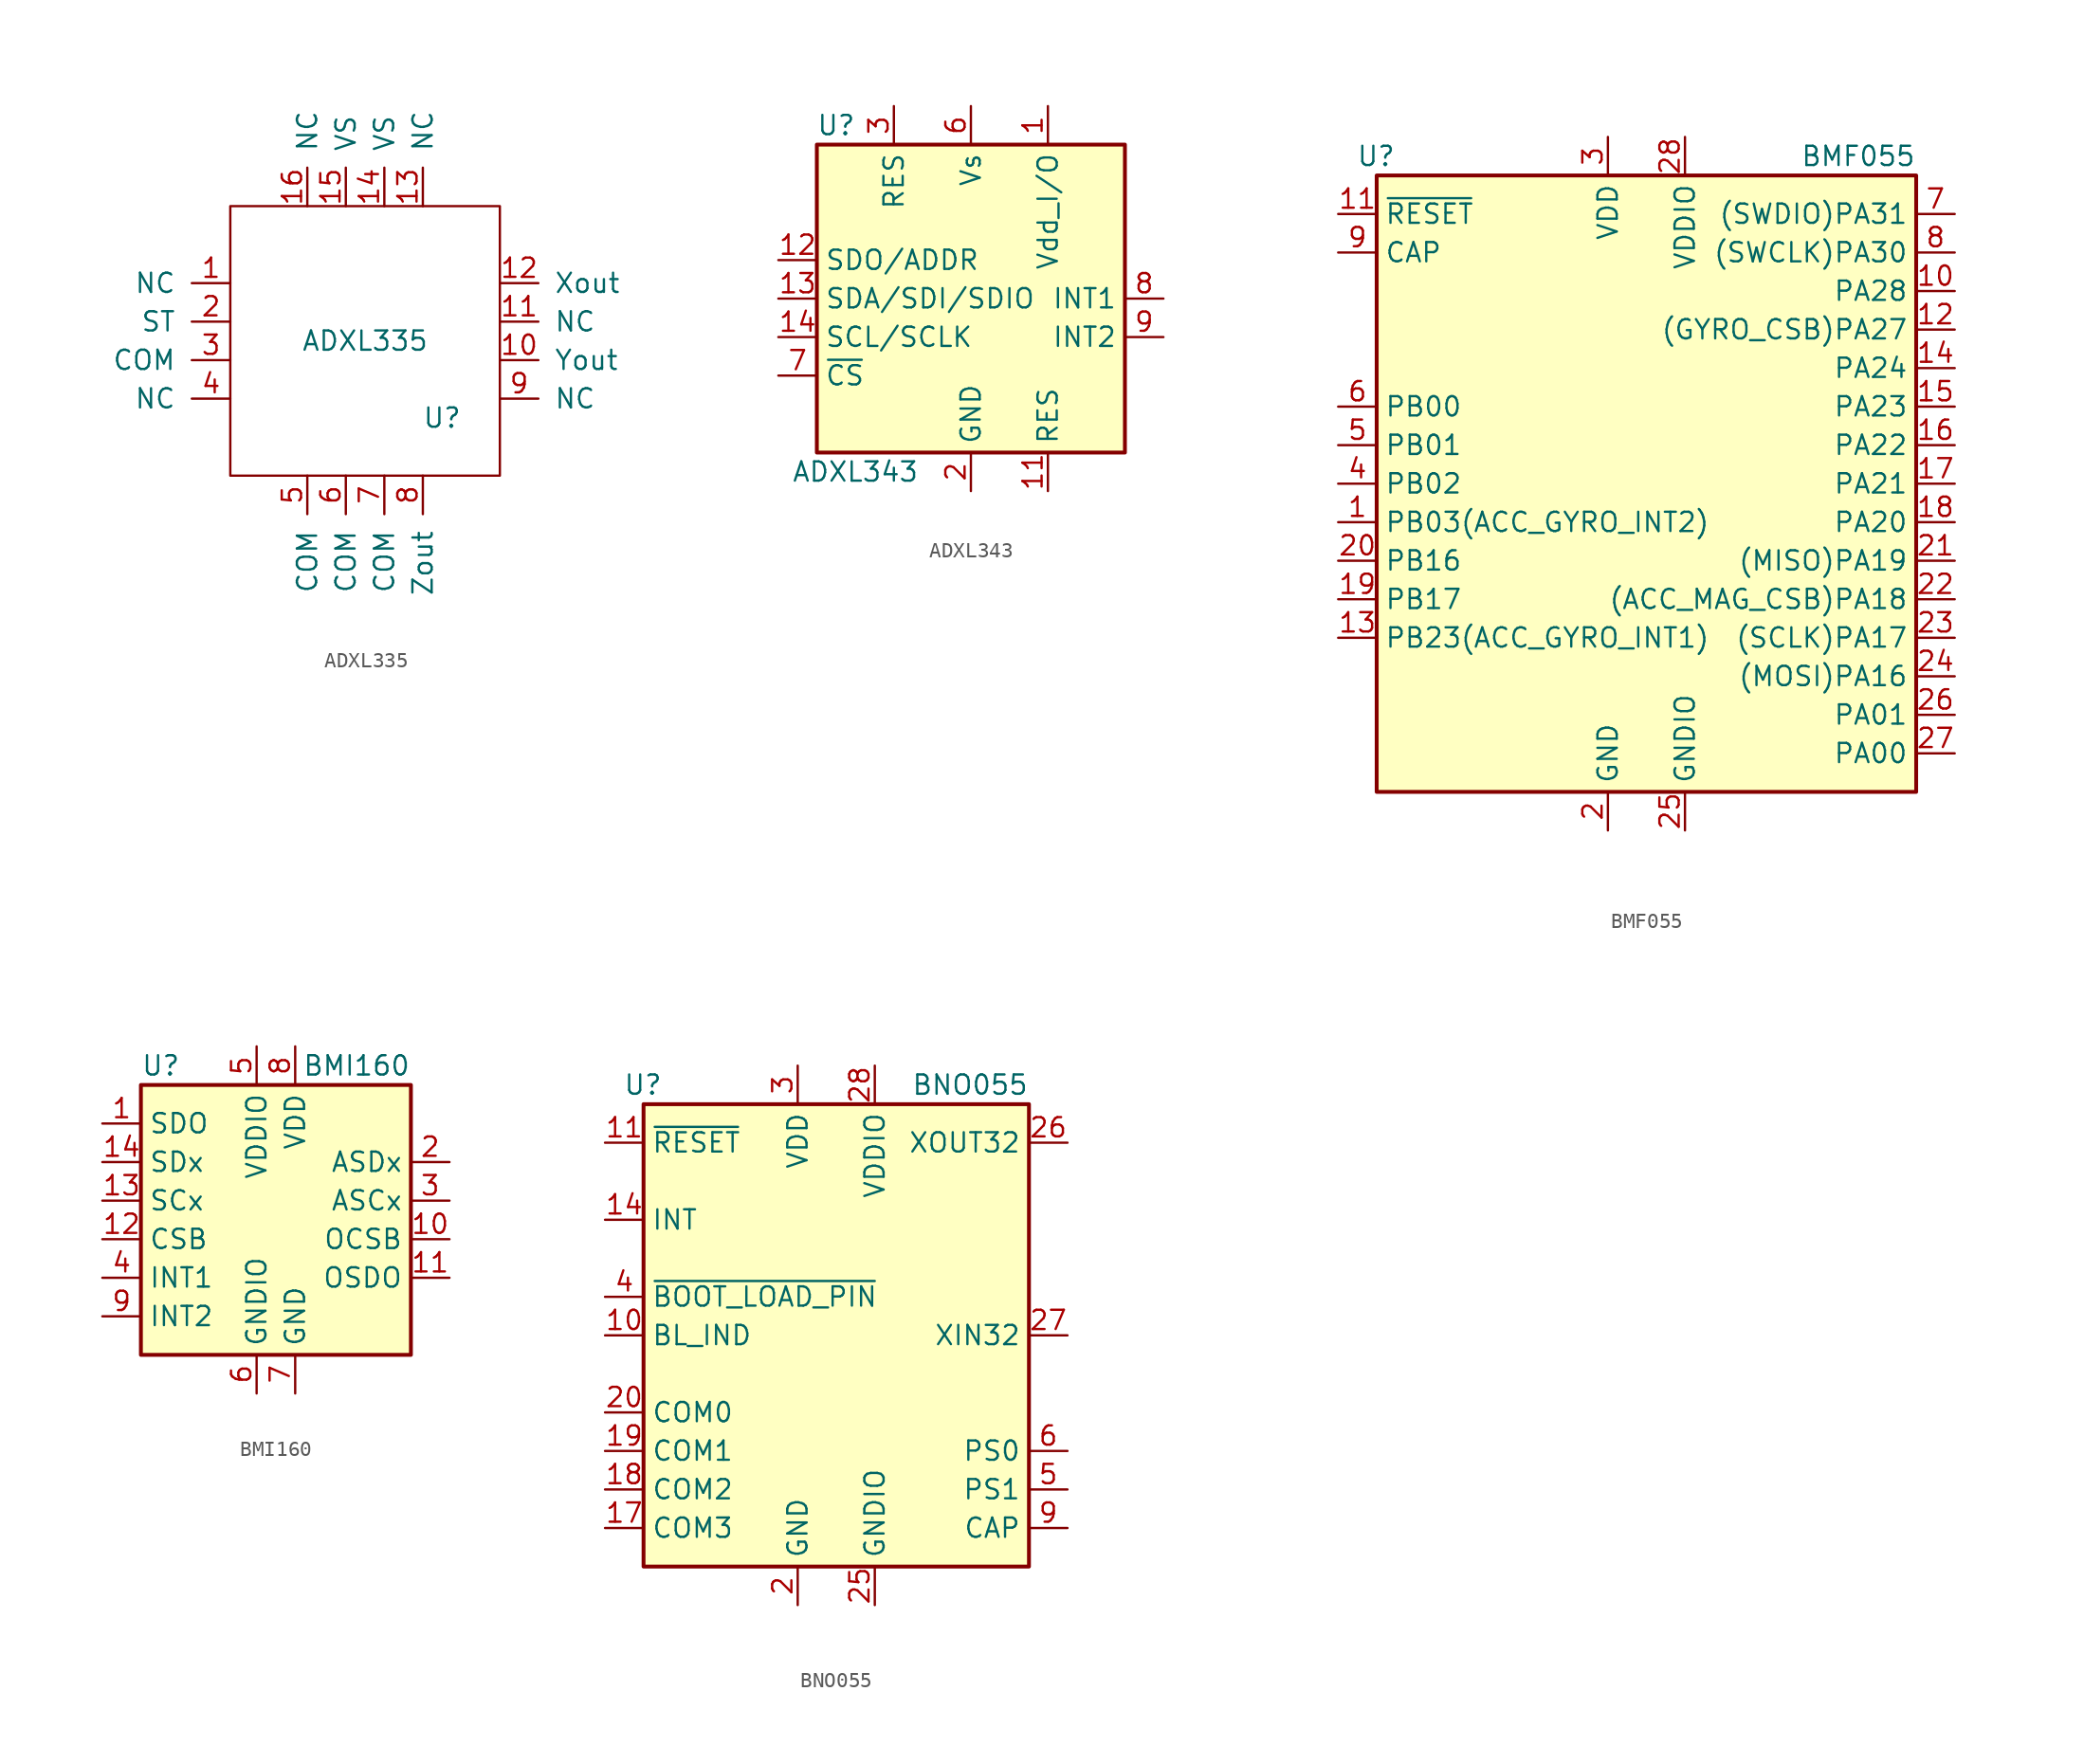
<source format=kicad_sym>
(kicad_symbol_lib
  (version 20241209)
  (generator "kicad_symbol_editor")
  (generator_version "9.0")
  (symbol "ADXL335"
    (pin_names
      (offset 1.016))
    (property "Reference" "U"
      (at 5.08 -5.08 0)
      (effects (font (size 1.27 1.27))))
    (property "Value" "ADXL335"
      (at 0 0 0)
      (effects (font (size 1.27 1.27))))
    (symbol "ADXL335_0_1"
      (rectangle (start 8.89 8.89) (end -8.89 -8.89) (stroke (width 0) (type solid)) (fill (type none))))
    (symbol "ADXL335_1_1"
      (pin input line (at -8.89 3.81 180) (length 2.54) (name "NC" (effects (font (size 1.27 1.27)))) (number "1" (effects (font (size 1.27 1.27)))))
      (pin input line (at -8.89 1.27 180) (length 2.54) (name "ST" (effects (font (size 1.27 1.27)))) (number "2" (effects (font (size 1.27 1.27)))))
      (pin input line (at -8.89 -1.27 180) (length 2.54) (name "COM" (effects (font (size 1.27 1.27)))) (number "3" (effects (font (size 1.27 1.27)))))
      (pin input line (at -8.89 -3.81 180) (length 2.54) (name "NC" (effects (font (size 1.27 1.27)))) (number "4" (effects (font (size 1.27 1.27)))))
      (pin input line (at -3.81 8.89 90) (length 2.54) (name "NC" (effects (font (size 1.27 1.27)))) (number "16" (effects (font (size 1.27 1.27)))))
      (pin input line (at -3.81 -8.89 270) (length 2.54) (name "COM" (effects (font (size 1.27 1.27)))) (number "5" (effects (font (size 1.27 1.27)))))
      (pin input line (at -1.27 8.89 90) (length 2.54) (name "VS" (effects (font (size 1.27 1.27)))) (number "15" (effects (font (size 1.27 1.27)))))
      (pin input line (at -1.27 -8.89 270) (length 2.54) (name "COM" (effects (font (size 1.27 1.27)))) (number "6" (effects (font (size 1.27 1.27)))))
      (pin input line (at 1.27 8.89 90) (length 2.54) (name "VS" (effects (font (size 1.27 1.27)))) (number "14" (effects (font (size 1.27 1.27)))))
      (pin input line (at 1.27 -8.89 270) (length 2.54) (name "COM" (effects (font (size 1.27 1.27)))) (number "7" (effects (font (size 1.27 1.27)))))
      (pin input line (at 3.81 8.89 90) (length 2.54) (name "NC" (effects (font (size 1.27 1.27)))) (number "13" (effects (font (size 1.27 1.27)))))
      (pin input line (at 3.81 -8.89 270) (length 2.54) (name "Zout" (effects (font (size 1.27 1.27)))) (number "8" (effects (font (size 1.27 1.27)))))
      (pin input line (at 8.89 3.81 0) (length 2.54) (name "Xout" (effects (font (size 1.27 1.27)))) (number "12" (effects (font (size 1.27 1.27)))))
      (pin input line (at 8.89 1.27 0) (length 2.54) (name "NC" (effects (font (size 1.27 1.27)))) (number "11" (effects (font (size 1.27 1.27)))))
      (pin input line (at 8.89 -1.27 0) (length 2.54) (name "Yout" (effects (font (size 1.27 1.27)))) (number "10" (effects (font (size 1.27 1.27)))))
      (pin input line (at 8.89 -3.81 0) (length 2.54) (name "NC" (effects (font (size 1.27 1.27)))) (number "9" (effects (font (size 1.27 1.27)))))))
  (symbol "ADXL343"
    (property "Reference" "U"
      (at -8.89 11.43 0)
      (effects (font (size 1.27 1.27))))
    (property "Value" "ADXL343"
      (at -7.62 -11.43 0)
      (effects (font (size 1.27 1.27))))
    (symbol "ADXL343_0_1"
      (rectangle (start -10.16 10.16) (end 10.16 -10.16) (stroke (width 0.254) (type solid)) (fill (type background))))
    (symbol "ADXL343_1_1"
      (pin bidirectional line (at -12.7 2.54 0) (length 2.54) (name "SDO/ADDR" (effects (font (size 1.27 1.27)))) (number "12" (effects (font (size 1.27 1.27)))))
      (pin bidirectional line (at -12.7 0 0) (length 2.54) (name "SDA/SDI/SDIO" (effects (font (size 1.27 1.27)))) (number "13" (effects (font (size 1.27 1.27)))))
      (pin input line (at -12.7 -2.54 0) (length 2.54) (name "SCL/SCLK" (effects (font (size 1.27 1.27)))) (number "14" (effects (font (size 1.27 1.27)))))
      (pin input line (at -12.7 -5.08 0) (length 2.54) (name "~{CS}" (effects (font (size 1.27 1.27)))) (number "7" (effects (font (size 1.27 1.27)))))
      (pin passive line (at -5.08 12.7 270) (length 2.54) (name "RES" (effects (font (size 1.27 1.27)))) (number "3" (effects (font (size 1.27 1.27)))))
      (pin no_connect line (at -5.08 -10.16 90) (length 2.54) (hide yes) (name "NC" (effects (font (size 1.27 1.27)))) (number "10" (effects (font (size 1.27 1.27)))))
      (pin power_in line (at 0 12.7 270) (length 2.54) (name "Vs" (effects (font (size 1.27 1.27)))) (number "6" (effects (font (size 1.27 1.27)))))
      (pin power_in line (at 0 -12.7 90) (length 2.54) (name "GND" (effects (font (size 1.27 1.27)))) (number "2" (effects (font (size 1.27 1.27)))))
      (pin passive line (at 0 -12.7 90) (length 2.54) (hide yes) (name "GND" (effects (font (size 1.27 1.27)))) (number "4" (effects (font (size 1.27 1.27)))))
      (pin passive line (at 0 -12.7 90) (length 2.54) (hide yes) (name "GND" (effects (font (size 1.27 1.27)))) (number "5" (effects (font (size 1.27 1.27)))))
      (pin power_in line (at 5.08 12.7 270) (length 2.54) (name "Vdd_I/O" (effects (font (size 1.27 1.27)))) (number "1" (effects (font (size 1.27 1.27)))))
      (pin passive line (at 5.08 -12.7 90) (length 2.54) (name "RES" (effects (font (size 1.27 1.27)))) (number "11" (effects (font (size 1.27 1.27)))))
      (pin output line (at 12.7 0 180) (length 2.54) (name "INT1" (effects (font (size 1.27 1.27)))) (number "8" (effects (font (size 1.27 1.27)))))
      (pin output line (at 12.7 -2.54 180) (length 2.54) (name "INT2" (effects (font (size 1.27 1.27)))) (number "9" (effects (font (size 1.27 1.27)))))))
  (symbol "BMF055"
    (property "Reference" "U"
      (at -16.51 21.59 0)
      (effects (font (size 1.27 1.27)) (justify right)))
    (property "Value" "BMF055"
      (at 17.78 21.59 0)
      (effects (font (size 1.27 1.27)) (justify right)))
    (symbol "BMF055_0_1"
      (rectangle (start -17.78 20.32) (end 17.78 -20.32) (stroke (width 0.254) (type solid)) (fill (type background))))
    (symbol "BMF055_1_1"
      (pin input line (at -20.32 17.78 0) (length 2.54) (name "~{RESET}" (effects (font (size 1.27 1.27)))) (number "11" (effects (font (size 1.27 1.27)))))
      (pin bidirectional line (at -20.32 15.24 0) (length 2.54) (name "CAP" (effects (font (size 1.27 1.27)))) (number "9" (effects (font (size 1.27 1.27)))))
      (pin bidirectional line (at -20.32 5.08 0) (length 2.54) (name "PB00" (effects (font (size 1.27 1.27)))) (number "6" (effects (font (size 1.27 1.27)))))
      (pin bidirectional line (at -20.32 2.54 0) (length 2.54) (name "PB01" (effects (font (size 1.27 1.27)))) (number "5" (effects (font (size 1.27 1.27)))))
      (pin bidirectional line (at -20.32 0 0) (length 2.54) (name "PB02" (effects (font (size 1.27 1.27)))) (number "4" (effects (font (size 1.27 1.27)))))
      (pin bidirectional line (at -20.32 -2.54 0) (length 2.54) (name "PB03(ACC_GYRO_INT2)" (effects (font (size 1.27 1.27)))) (number "1" (effects (font (size 1.27 1.27)))))
      (pin bidirectional line (at -20.32 -5.08 0) (length 2.54) (name "PB16" (effects (font (size 1.27 1.27)))) (number "20" (effects (font (size 1.27 1.27)))))
      (pin bidirectional line (at -20.32 -7.62 0) (length 2.54) (name "PB17" (effects (font (size 1.27 1.27)))) (number "19" (effects (font (size 1.27 1.27)))))
      (pin bidirectional line (at -20.32 -10.16 0) (length 2.54) (name "PB23(ACC_GYRO_INT1)" (effects (font (size 1.27 1.27)))) (number "13" (effects (font (size 1.27 1.27)))))
      (pin power_in line (at -2.54 22.86 270) (length 2.54) (name "VDD" (effects (font (size 1.27 1.27)))) (number "3" (effects (font (size 1.27 1.27)))))
      (pin power_in line (at -2.54 -22.86 90) (length 2.54) (name "GND" (effects (font (size 1.27 1.27)))) (number "2" (effects (font (size 1.27 1.27)))))
      (pin power_in line (at 2.54 22.86 270) (length 2.54) (name "VDDIO" (effects (font (size 1.27 1.27)))) (number "28" (effects (font (size 1.27 1.27)))))
      (pin power_in line (at 2.54 -22.86 90) (length 2.54) (name "GNDIO" (effects (font (size 1.27 1.27)))) (number "25" (effects (font (size 1.27 1.27)))))
      (pin bidirectional line (at 20.32 17.78 180) (length 2.54) (name "(SWDIO)PA31" (effects (font (size 1.27 1.27)))) (number "7" (effects (font (size 1.27 1.27)))))
      (pin bidirectional line (at 20.32 15.24 180) (length 2.54) (name "(SWCLK)PA30" (effects (font (size 1.27 1.27)))) (number "8" (effects (font (size 1.27 1.27)))))
      (pin bidirectional line (at 20.32 12.7 180) (length 2.54) (name "PA28" (effects (font (size 1.27 1.27)))) (number "10" (effects (font (size 1.27 1.27)))))
      (pin bidirectional line (at 20.32 10.16 180) (length 2.54) (name "(GYRO_CSB)PA27" (effects (font (size 1.27 1.27)))) (number "12" (effects (font (size 1.27 1.27)))))
      (pin input line (at 20.32 7.62 180) (length 2.54) (name "PA24" (effects (font (size 1.27 1.27)))) (number "14" (effects (font (size 1.27 1.27)))))
      (pin bidirectional line (at 20.32 5.08 180) (length 2.54) (name "PA23" (effects (font (size 1.27 1.27)))) (number "15" (effects (font (size 1.27 1.27)))))
      (pin bidirectional line (at 20.32 2.54 180) (length 2.54) (name "PA22" (effects (font (size 1.27 1.27)))) (number "16" (effects (font (size 1.27 1.27)))))
      (pin bidirectional line (at 20.32 0 180) (length 2.54) (name "PA21" (effects (font (size 1.27 1.27)))) (number "17" (effects (font (size 1.27 1.27)))))
      (pin bidirectional line (at 20.32 -2.54 180) (length 2.54) (name "PA20" (effects (font (size 1.27 1.27)))) (number "18" (effects (font (size 1.27 1.27)))))
      (pin bidirectional line (at 20.32 -5.08 180) (length 2.54) (name "(MISO)PA19" (effects (font (size 1.27 1.27)))) (number "21" (effects (font (size 1.27 1.27)))))
      (pin bidirectional line (at 20.32 -7.62 180) (length 2.54) (name "(ACC_MAG_CSB)PA18" (effects (font (size 1.27 1.27)))) (number "22" (effects (font (size 1.27 1.27)))))
      (pin bidirectional line (at 20.32 -10.16 180) (length 2.54) (name "(SCLK)PA17" (effects (font (size 1.27 1.27)))) (number "23" (effects (font (size 1.27 1.27)))))
      (pin bidirectional line (at 20.32 -12.7 180) (length 2.54) (name "(MOSI)PA16" (effects (font (size 1.27 1.27)))) (number "24" (effects (font (size 1.27 1.27)))))
      (pin bidirectional line (at 20.32 -15.24 180) (length 2.54) (name "PA01" (effects (font (size 1.27 1.27)))) (number "26" (effects (font (size 1.27 1.27)))))
      (pin bidirectional line (at 20.32 -17.78 180) (length 2.54) (name "PA00" (effects (font (size 1.27 1.27)))) (number "27" (effects (font (size 1.27 1.27)))))))
  (symbol "BMI160"
    (property "Reference" "U"
      (at -10.16 8.89 0)
      (effects (font (size 1.27 1.27)) (justify left)))
    (property "Value" "BMI160"
      (at 7.62 8.89 0)
      (effects (font (size 1.27 1.27)) (justify right)))
    (symbol "BMI160_1_1"
      (rectangle (start -10.16 7.62) (end 7.62 -10.16) (stroke (width 0.254) (type solid)) (fill (type background)))
      (pin bidirectional line (at -12.7 5.08 0) (length 2.54) (name "SDO" (effects (font (size 1.27 1.27)))) (number "1" (effects (font (size 1.27 1.27)))))
      (pin bidirectional line (at -12.7 2.54 0) (length 2.54) (name "SDx" (effects (font (size 1.27 1.27)))) (number "14" (effects (font (size 1.27 1.27)))))
      (pin input line (at -12.7 0 0) (length 2.54) (name "SCx" (effects (font (size 1.27 1.27)))) (number "13" (effects (font (size 1.27 1.27)))))
      (pin input line (at -12.7 -2.54 0) (length 2.54) (name "CSB" (effects (font (size 1.27 1.27)))) (number "12" (effects (font (size 1.27 1.27)))))
      (pin bidirectional line (at -12.7 -5.08 0) (length 2.54) (name "INT1" (effects (font (size 1.27 1.27)))) (number "4" (effects (font (size 1.27 1.27)))))
      (pin bidirectional line (at -12.7 -7.62 0) (length 2.54) (name "INT2" (effects (font (size 1.27 1.27)))) (number "9" (effects (font (size 1.27 1.27)))))
      (pin power_in line (at -2.54 10.16 270) (length 2.54) (name "VDDIO" (effects (font (size 1.27 1.27)))) (number "5" (effects (font (size 1.27 1.27)))))
      (pin power_in line (at -2.54 -12.7 90) (length 2.54) (name "GNDIO" (effects (font (size 1.27 1.27)))) (number "6" (effects (font (size 1.27 1.27)))))
      (pin power_in line (at 0 10.16 270) (length 2.54) (name "VDD" (effects (font (size 1.27 1.27)))) (number "8" (effects (font (size 1.27 1.27)))))
      (pin power_in line (at 0 -12.7 90) (length 2.54) (name "GND" (effects (font (size 1.27 1.27)))) (number "7" (effects (font (size 1.27 1.27)))))
      (pin bidirectional line (at 10.16 2.54 180) (length 2.54) (name "ASDx" (effects (font (size 1.27 1.27)))) (number "2" (effects (font (size 1.27 1.27)))))
      (pin output line (at 10.16 0 180) (length 2.54) (name "ASCx" (effects (font (size 1.27 1.27)))) (number "3" (effects (font (size 1.27 1.27)))))
      (pin bidirectional line (at 10.16 -2.54 180) (length 2.54) (name "OCSB" (effects (font (size 1.27 1.27)))) (number "10" (effects (font (size 1.27 1.27)))))
      (pin bidirectional line (at 10.16 -5.08 180) (length 2.54) (name "OSDO" (effects (font (size 1.27 1.27)))) (number "11" (effects (font (size 1.27 1.27)))))))
  (symbol "BNO055"
    (property "Reference" "U"
      (at -11.43 16.51 0)
      (effects (font (size 1.27 1.27)) (justify right)))
    (property "Value" "BNO055"
      (at 12.7 16.51 0)
      (effects (font (size 1.27 1.27)) (justify right)))
    (symbol "BNO055_0_1"
      (rectangle (start -12.7 15.24) (end 12.7 -15.24) (stroke (width 0.254) (type solid)) (fill (type background))))
    (symbol "BNO055_1_1"
      (pin input line (at -15.24 12.7 0) (length 2.54) (name "~{RESET}" (effects (font (size 1.27 1.27)))) (number "11" (effects (font (size 1.27 1.27)))))
      (pin output line (at -15.24 7.62 0) (length 2.54) (name "INT" (effects (font (size 1.27 1.27)))) (number "14" (effects (font (size 1.27 1.27)))))
      (pin input line (at -15.24 2.54 0) (length 2.54) (name "~{BOOT_LOAD_PIN}" (effects (font (size 1.27 1.27)))) (number "4" (effects (font (size 1.27 1.27)))))
      (pin output line (at -15.24 0 0) (length 2.54) (name "BL_IND" (effects (font (size 1.27 1.27)))) (number "10" (effects (font (size 1.27 1.27)))))
      (pin bidirectional line (at -15.24 -5.08 0) (length 2.54) (name "COM0" (effects (font (size 1.27 1.27)))) (number "20" (effects (font (size 1.27 1.27)))))
      (pin bidirectional line (at -15.24 -7.62 0) (length 2.54) (name "COM1" (effects (font (size 1.27 1.27)))) (number "19" (effects (font (size 1.27 1.27)))))
      (pin bidirectional line (at -15.24 -10.16 0) (length 2.54) (name "COM2" (effects (font (size 1.27 1.27)))) (number "18" (effects (font (size 1.27 1.27)))))
      (pin input line (at -15.24 -12.7 0) (length 2.54) (name "COM3" (effects (font (size 1.27 1.27)))) (number "17" (effects (font (size 1.27 1.27)))))
      (pin no_connect line (at -12.7 10.16 0) (length 2.54) (hide yes) (name "PIN1" (effects (font (size 1.27 1.27)))) (number "1" (effects (font (size 1.27 1.27)))))
      (pin no_connect line (at -12.7 5.08 0) (length 2.54) (hide yes) (name "PIN7" (effects (font (size 1.27 1.27)))) (number "7" (effects (font (size 1.27 1.27)))))
      (pin no_connect line (at -12.7 -2.54 0) (length 2.54) (hide yes) (name "PIN8" (effects (font (size 1.27 1.27)))) (number "8" (effects (font (size 1.27 1.27)))))
      (pin power_in line (at -2.54 17.78 270) (length 2.54) (name "VDD" (effects (font (size 1.27 1.27)))) (number "3" (effects (font (size 1.27 1.27)))))
      (pin power_in line (at -2.54 -17.78 90) (length 2.54) (name "GND" (effects (font (size 1.27 1.27)))) (number "2" (effects (font (size 1.27 1.27)))))
      (pin power_in line (at 2.54 17.78 270) (length 2.54) (name "VDDIO" (effects (font (size 1.27 1.27)))) (number "28" (effects (font (size 1.27 1.27)))))
      (pin passive line (at 2.54 -17.78 90) (length 2.54) (hide yes) (name "GNDIO" (effects (font (size 1.27 1.27)))) (number "15" (effects (font (size 1.27 1.27)))))
      (pin passive line (at 2.54 -17.78 90) (length 2.54) (hide yes) (name "GNDIO" (effects (font (size 1.27 1.27)))) (number "16" (effects (font (size 1.27 1.27)))))
      (pin power_in line (at 2.54 -17.78 90) (length 2.54) (name "GNDIO" (effects (font (size 1.27 1.27)))) (number "25" (effects (font (size 1.27 1.27)))))
      (pin no_connect line (at 12.7 10.16 180) (length 2.54) (hide yes) (name "PIN12" (effects (font (size 1.27 1.27)))) (number "12" (effects (font (size 1.27 1.27)))))
      (pin no_connect line (at 12.7 7.62 180) (length 2.54) (hide yes) (name "PIN13" (effects (font (size 1.27 1.27)))) (number "13" (effects (font (size 1.27 1.27)))))
      (pin no_connect line (at 12.7 5.08 180) (length 2.54) (hide yes) (name "PIN21" (effects (font (size 1.27 1.27)))) (number "21" (effects (font (size 1.27 1.27)))))
      (pin no_connect line (at 12.7 2.54 180) (length 2.54) (hide yes) (name "PIN22" (effects (font (size 1.27 1.27)))) (number "22" (effects (font (size 1.27 1.27)))))
      (pin no_connect line (at 12.7 -2.54 180) (length 2.54) (hide yes) (name "PIN23" (effects (font (size 1.27 1.27)))) (number "23" (effects (font (size 1.27 1.27)))))
      (pin no_connect line (at 12.7 -5.08 180) (length 2.54) (hide yes) (name "PIN24" (effects (font (size 1.27 1.27)))) (number "24" (effects (font (size 1.27 1.27)))))
      (pin output line (at 15.24 12.7 180) (length 2.54) (name "XOUT32" (effects (font (size 1.27 1.27)))) (number "26" (effects (font (size 1.27 1.27)))))
      (pin input line (at 15.24 0 180) (length 2.54) (name "XIN32" (effects (font (size 1.27 1.27)))) (number "27" (effects (font (size 1.27 1.27)))))
      (pin input line (at 15.24 -7.62 180) (length 2.54) (name "PS0" (effects (font (size 1.27 1.27)))) (number "6" (effects (font (size 1.27 1.27)))))
      (pin input line (at 15.24 -10.16 180) (length 2.54) (name "PS1" (effects (font (size 1.27 1.27)))) (number "5" (effects (font (size 1.27 1.27)))))
      (pin passive line (at 15.24 -12.7 180) (length 2.54) (name "CAP" (effects (font (size 1.27 1.27)))) (number "9" (effects (font (size 1.27 1.27))))))))
</source>
